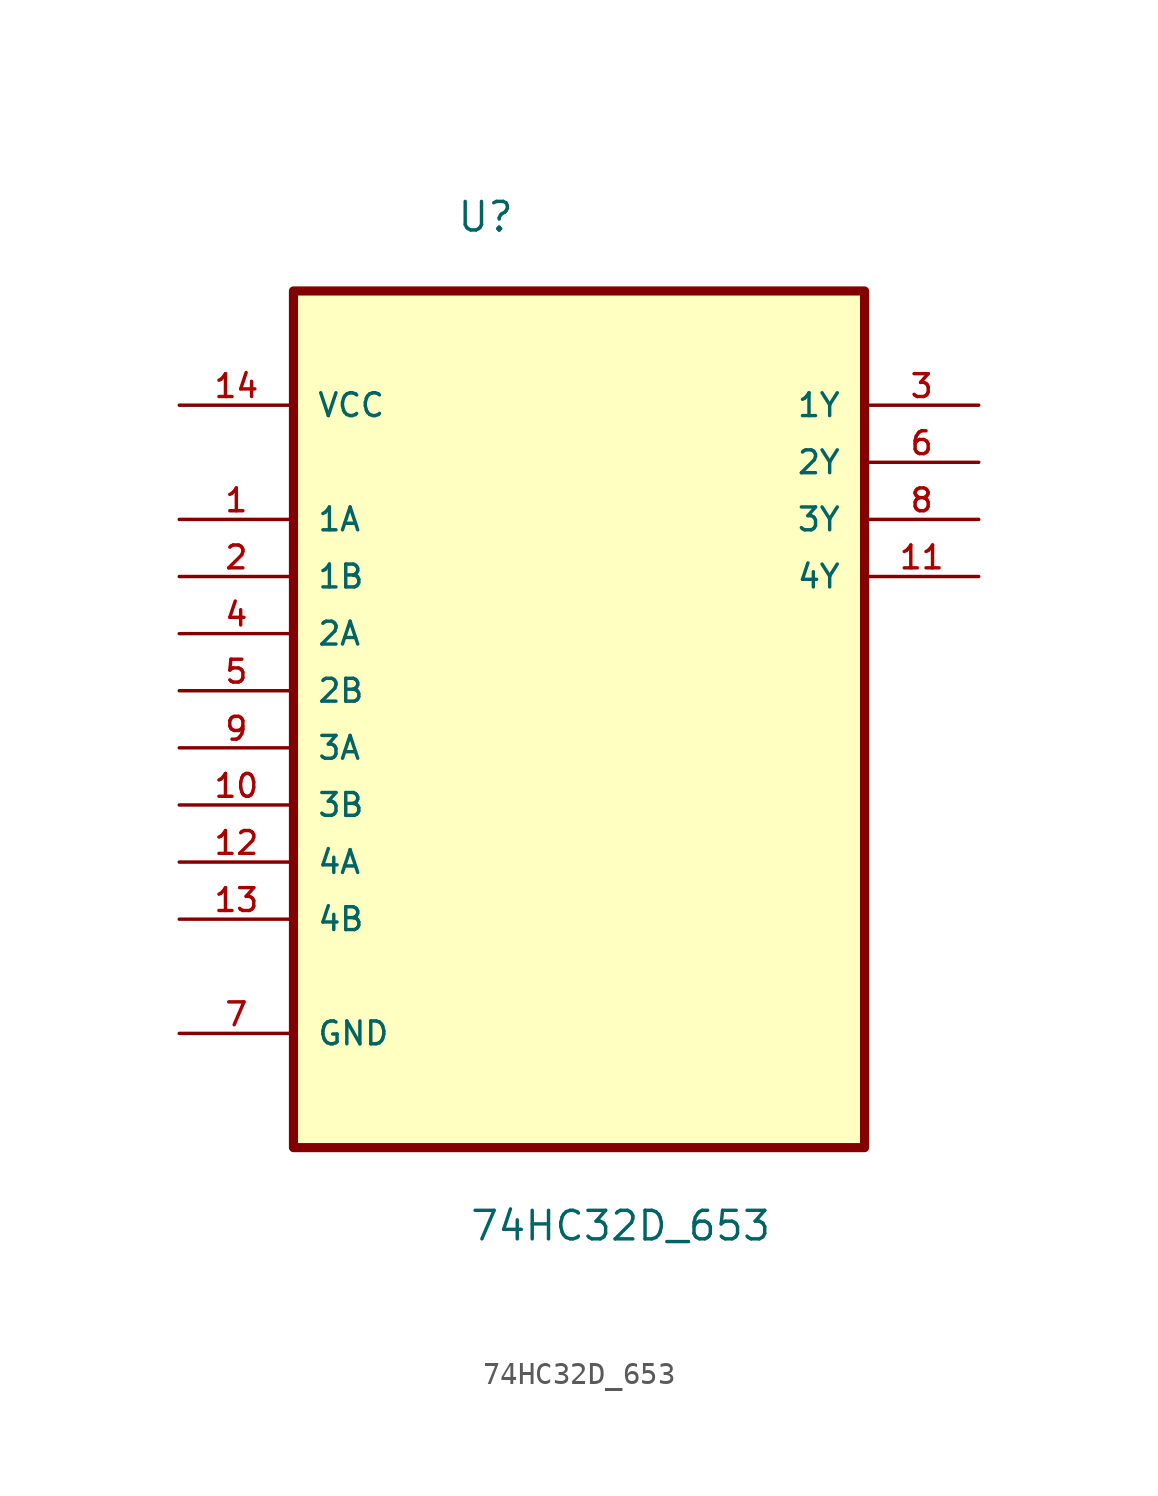
<source format=kicad_sym>
(kicad_symbol_lib
  (version 20211014)
  (generator kicad_symbol_editor)
  (symbol "74HC32D_653"
    (pin_names
      (offset 1.016))
    (property "Reference" "U"
      (at -5.464 17.791 0.0)
      (effects (font (size 1.27 1.27)) (justify bottom left)))
    (property "Value" "74HC32D_653"
      (at -4.903 -27.081 0.0)
      (effects (font (size 1.27 1.27)) (justify bottom left)))
    (symbol "74HC32D_653_0_0"
      (rectangle (start -12.7 -22.86) (end 12.7 15.24) (stroke (width 0.406)) (fill (type background)))
      (pin power_in line (at -17.78 10.16 0) (length 5.08) (name "VCC" (effects (font (size 1.016 1.016)))) (number "14" (effects (font (size 1.016 1.016)))))
      (pin input line (at -17.78 5.08 0) (length 5.08) (name "1A" (effects (font (size 1.016 1.016)))) (number "1" (effects (font (size 1.016 1.016)))))
      (pin input line (at -17.78 2.54 0) (length 5.08) (name "1B" (effects (font (size 1.016 1.016)))) (number "2" (effects (font (size 1.016 1.016)))))
      (pin input line (at -17.78 0.0 0) (length 5.08) (name "2A" (effects (font (size 1.016 1.016)))) (number "4" (effects (font (size 1.016 1.016)))))
      (pin input line (at -17.78 -2.54 0) (length 5.08) (name "2B" (effects (font (size 1.016 1.016)))) (number "5" (effects (font (size 1.016 1.016)))))
      (pin input line (at -17.78 -5.08 0) (length 5.08) (name "3A" (effects (font (size 1.016 1.016)))) (number "9" (effects (font (size 1.016 1.016)))))
      (pin input line (at -17.78 -7.62 0) (length 5.08) (name "3B" (effects (font (size 1.016 1.016)))) (number "10" (effects (font (size 1.016 1.016)))))
      (pin input line (at -17.78 -10.16 0) (length 5.08) (name "4A" (effects (font (size 1.016 1.016)))) (number "12" (effects (font (size 1.016 1.016)))))
      (pin input line (at -17.78 -12.7 0) (length 5.08) (name "4B" (effects (font (size 1.016 1.016)))) (number "13" (effects (font (size 1.016 1.016)))))
      (pin passive line (at -17.78 -17.78 0) (length 5.08) (name "GND" (effects (font (size 1.016 1.016)))) (number "7" (effects (font (size 1.016 1.016)))))
      (pin output line (at 17.78 10.16 180.0) (length 5.08) (name "1Y" (effects (font (size 1.016 1.016)))) (number "3" (effects (font (size 1.016 1.016)))))
      (pin output line (at 17.78 7.62 180.0) (length 5.08) (name "2Y" (effects (font (size 1.016 1.016)))) (number "6" (effects (font (size 1.016 1.016)))))
      (pin output line (at 17.78 5.08 180.0) (length 5.08) (name "3Y" (effects (font (size 1.016 1.016)))) (number "8" (effects (font (size 1.016 1.016)))))
      (pin output line (at 17.78 2.54 180.0) (length 5.08) (name "4Y" (effects (font (size 1.016 1.016)))) (number "11" (effects (font (size 1.016 1.016))))))))
</source>
